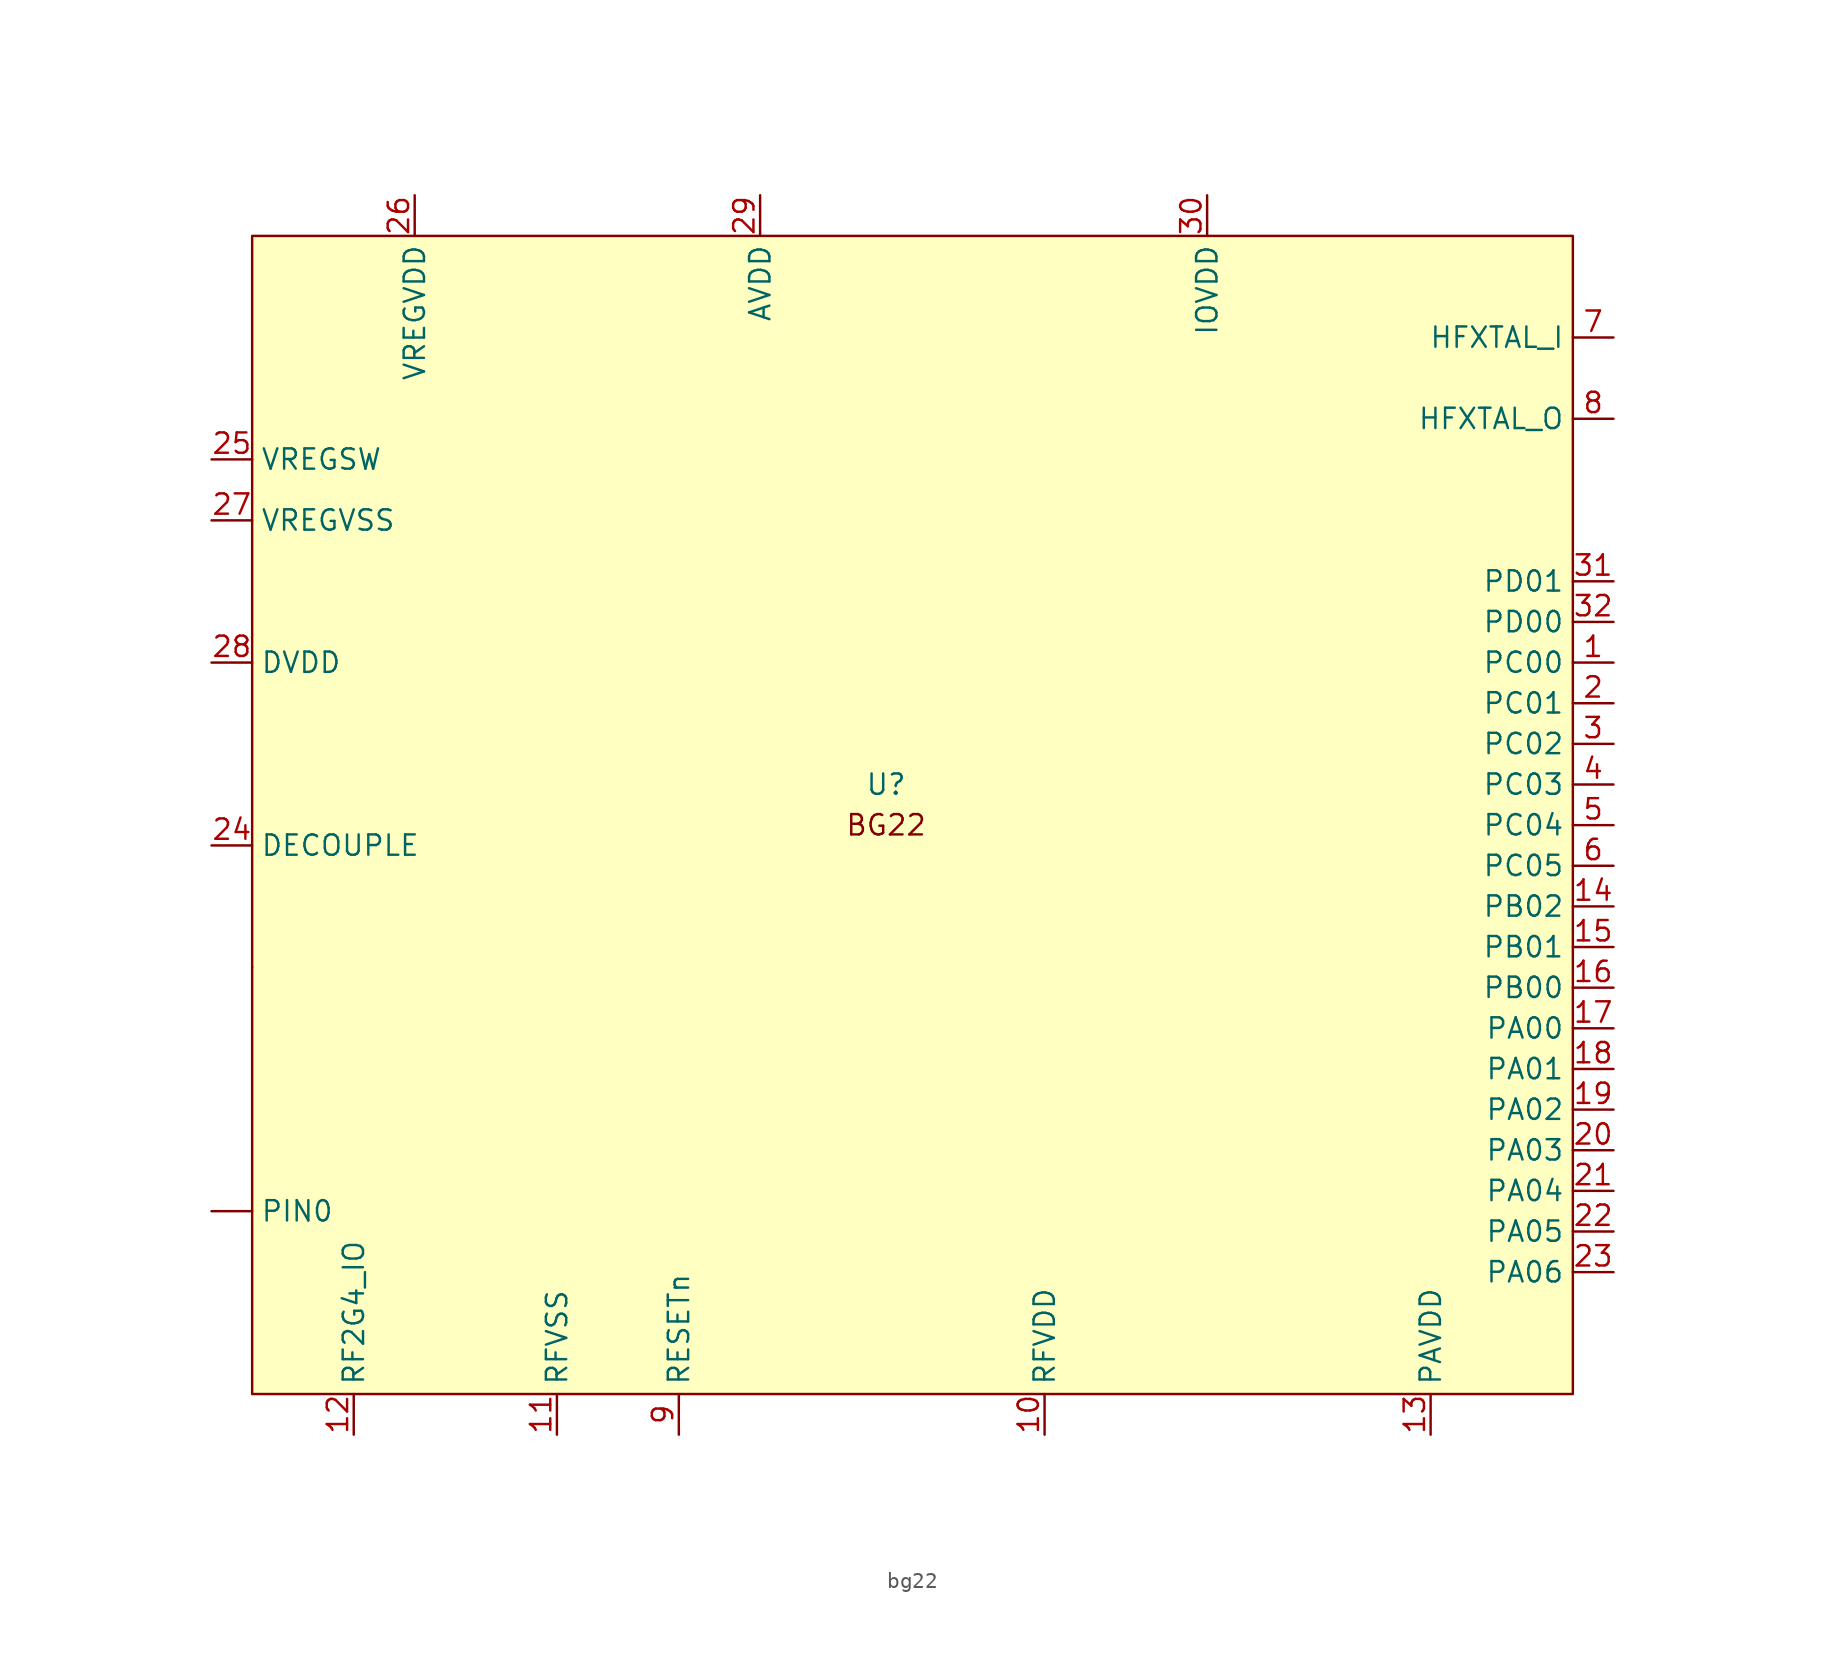
<source format=kicad_sym>
(kicad_symbol_lib
  (version 20241209)
  (generator "kicad_symbol_editor")
  (generator_version "9.0")
  (symbol "bg22"
    (property "Reference" "U"
      (at 33.274 -25.4 0)
      (effects (font (size 1.27 1.27))))
    (property "Value" ""
      (at 0 0 0)
      (effects (font (size 1.27 1.27))))
    (symbol "bg22_1_1"
      (rectangle (start -6.35 8.89) (end 76.2 -63.5) (stroke (width 0) (type solid)) (fill (type background)))
      (rectangle (start -6.35 -36.83) (end -6.35 -36.83) (stroke (width 0) (type solid)) (fill (type none)))
      (text "BG22" (at 33.274 -27.94 0) (effects (font (size 1.27 1.27))))
      (pin input line (at -8.89 -5.08 0) (length 2.54) (name "VREGSW" (effects (font (size 1.27 1.27)))) (number "25" (effects (font (size 1.27 1.27)))))
      (pin passive line (at -8.89 -8.89 0) (length 2.54) (name "VREGVSS" (effects (font (size 1.27 1.27)))) (number "27" (effects (font (size 1.27 1.27)))))
      (pin input line (at -8.89 -17.78 0) (length 2.54) (name "DVDD" (effects (font (size 1.27 1.27)))) (number "28" (effects (font (size 1.27 1.27)))))
      (pin output line (at -8.89 -29.21 0) (length 2.54) (name "DECOUPLE" (effects (font (size 1.27 1.27)))) (number "24" (effects (font (size 1.27 1.27)))))
      (pin passive line (at -8.89 -52.07 0) (length 2.54) (name "PIN0" (effects (font (size 1.27 1.27)))) (number "" (effects (font (size 1.27 1.27)))))
      (pin bidirectional line (at 0 -66.04 90) (length 2.54) (name "RF2G4_IO" (effects (font (size 1.27 1.27)))) (number "12" (effects (font (size 1.27 1.27)))))
      (pin input line (at 3.81 11.43 270) (length 2.54) (name "VREGVDD" (effects (font (size 1.27 1.27)))) (number "26" (effects (font (size 1.27 1.27)))))
      (pin passive line (at 12.7 -66.04 90) (length 2.54) (name "RFVSS" (effects (font (size 1.27 1.27)))) (number "11" (effects (font (size 1.27 1.27)))))
      (pin input line (at 20.32 -66.04 90) (length 2.54) (name "RESETn" (effects (font (size 1.27 1.27)))) (number "9" (effects (font (size 1.27 1.27)))))
      (pin input line (at 25.4 11.43 270) (length 2.54) (name "AVDD" (effects (font (size 1.27 1.27)))) (number "29" (effects (font (size 1.27 1.27)))))
      (pin input line (at 43.18 -66.04 90) (length 2.54) (name "RFVDD" (effects (font (size 1.27 1.27)))) (number "10" (effects (font (size 1.27 1.27)))))
      (pin input line (at 53.34 11.43 270) (length 2.54) (name "IOVDD" (effects (font (size 1.27 1.27)))) (number "30" (effects (font (size 1.27 1.27)))))
      (pin input line (at 67.31 -66.04 90) (length 2.54) (name "PAVDD" (effects (font (size 1.27 1.27)))) (number "13" (effects (font (size 1.27 1.27)))))
      (pin input line (at 78.74 2.54 180) (length 2.54) (name "HFXTAL_I" (effects (font (size 1.27 1.27)))) (number "7" (effects (font (size 1.27 1.27)))))
      (pin output line (at 78.74 -2.54 180) (length 2.54) (name "HFXTAL_O" (effects (font (size 1.27 1.27)))) (number "8" (effects (font (size 1.27 1.27)))))
      (pin bidirectional line (at 78.74 -12.7 180) (length 2.54) (name "PD01" (effects (font (size 1.27 1.27)))) (number "31" (effects (font (size 1.27 1.27)))))
      (pin bidirectional line (at 78.74 -15.24 180) (length 2.54) (name "PD00" (effects (font (size 1.27 1.27)))) (number "32" (effects (font (size 1.27 1.27)))))
      (pin bidirectional line (at 78.74 -17.78 180) (length 2.54) (name "PC00" (effects (font (size 1.27 1.27)))) (number "1" (effects (font (size 1.27 1.27)))))
      (pin bidirectional line (at 78.74 -20.32 180) (length 2.54) (name "PC01" (effects (font (size 1.27 1.27)))) (number "2" (effects (font (size 1.27 1.27)))))
      (pin bidirectional line (at 78.74 -22.86 180) (length 2.54) (name "PC02" (effects (font (size 1.27 1.27)))) (number "3" (effects (font (size 1.27 1.27)))))
      (pin bidirectional line (at 78.74 -25.4 180) (length 2.54) (name "PC03" (effects (font (size 1.27 1.27)))) (number "4" (effects (font (size 1.27 1.27)))))
      (pin bidirectional line (at 78.74 -27.94 180) (length 2.54) (name "PC04" (effects (font (size 1.27 1.27)))) (number "5" (effects (font (size 1.27 1.27)))))
      (pin bidirectional line (at 78.74 -30.48 180) (length 2.54) (name "PC05" (effects (font (size 1.27 1.27)))) (number "6" (effects (font (size 1.27 1.27)))))
      (pin bidirectional line (at 78.74 -33.02 180) (length 2.54) (name "PB02" (effects (font (size 1.27 1.27)))) (number "14" (effects (font (size 1.27 1.27)))))
      (pin bidirectional line (at 78.74 -35.56 180) (length 2.54) (name "PB01" (effects (font (size 1.27 1.27)))) (number "15" (effects (font (size 1.27 1.27)))))
      (pin bidirectional line (at 78.74 -38.1 180) (length 2.54) (name "PB00" (effects (font (size 1.27 1.27)))) (number "16" (effects (font (size 1.27 1.27)))))
      (pin bidirectional line (at 78.74 -40.64 180) (length 2.54) (name "PA00" (effects (font (size 1.27 1.27)))) (number "17" (effects (font (size 1.27 1.27)))))
      (pin bidirectional line (at 78.74 -43.18 180) (length 2.54) (name "PA01" (effects (font (size 1.27 1.27)))) (number "18" (effects (font (size 1.27 1.27)))))
      (pin bidirectional line (at 78.74 -45.72 180) (length 2.54) (name "PA02" (effects (font (size 1.27 1.27)))) (number "19" (effects (font (size 1.27 1.27)))))
      (pin bidirectional line (at 78.74 -48.26 180) (length 2.54) (name "PA03" (effects (font (size 1.27 1.27)))) (number "20" (effects (font (size 1.27 1.27)))))
      (pin bidirectional line (at 78.74 -50.8 180) (length 2.54) (name "PA04" (effects (font (size 1.27 1.27)))) (number "21" (effects (font (size 1.27 1.27)))))
      (pin bidirectional line (at 78.74 -53.34 180) (length 2.54) (name "PA05" (effects (font (size 1.27 1.27)))) (number "22" (effects (font (size 1.27 1.27)))))
      (pin bidirectional line (at 78.74 -55.88 180) (length 2.54) (name "PA06" (effects (font (size 1.27 1.27)))) (number "23" (effects (font (size 1.27 1.27))))))))
</source>
